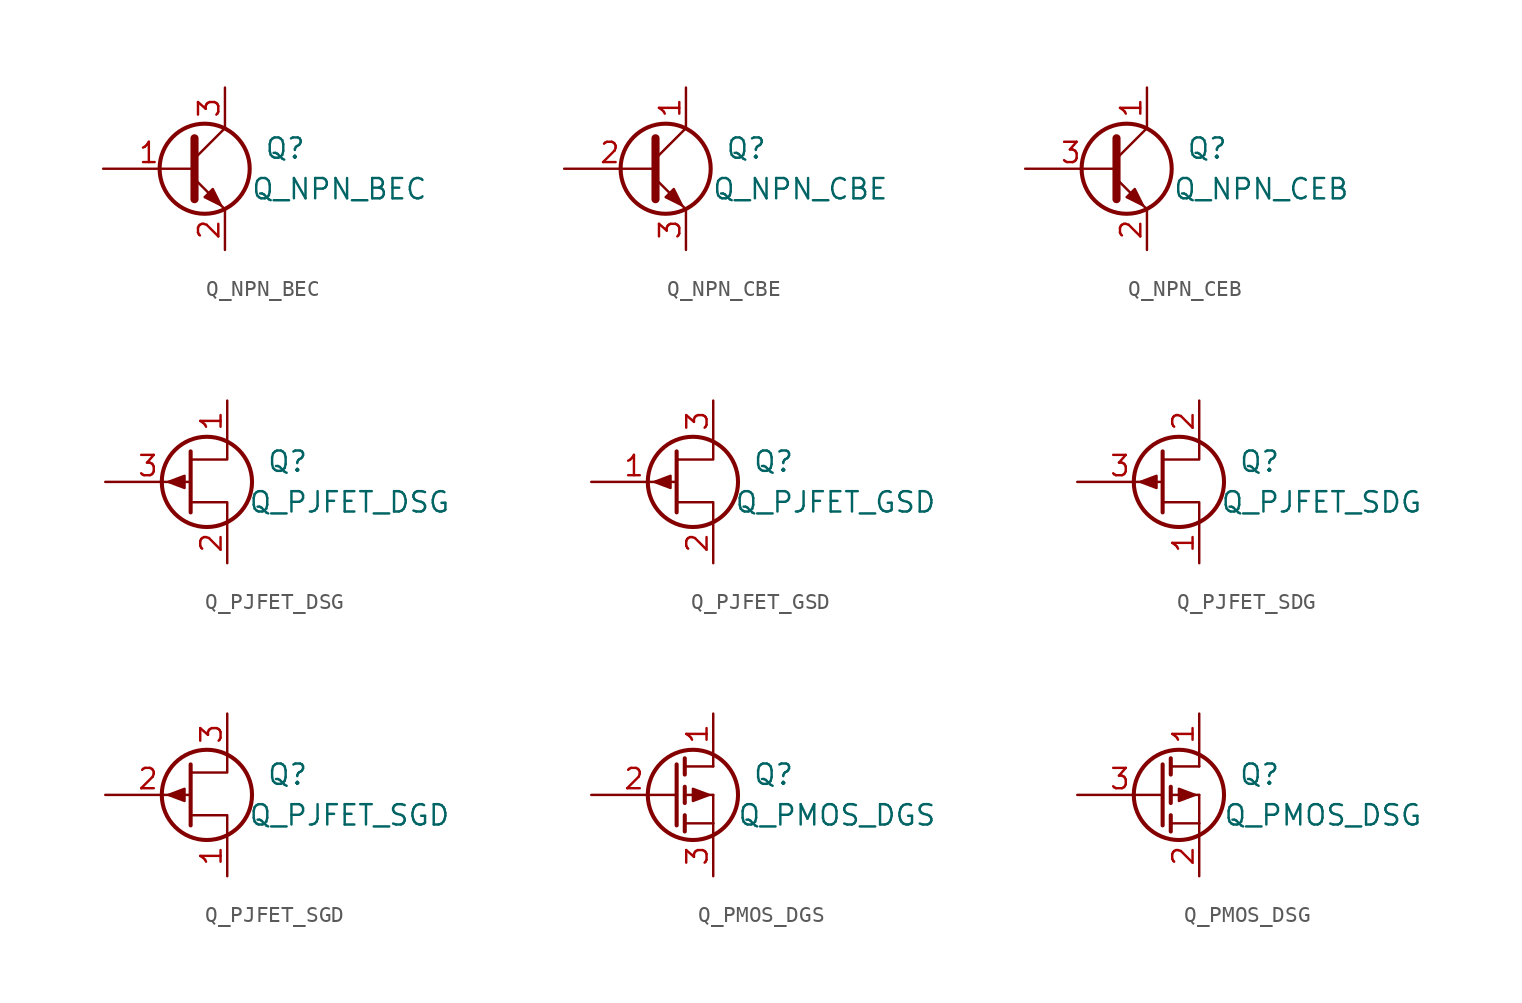
<source format=kicad_sym>
(kicad_symbol_lib
  (version 20211014)
  (generator kicad_symbol_editor)
  (symbol "Q_NPN_BEC"
    (pin_names
      (offset 0) hide)
    (property "Reference" "Q"
      (at 7.62 1.27 0)
      (effects (font (size 1.27 1.27)) (justify right)))
    (property "Value" "Q_NPN_BEC"
      (at 15.24 -1.27 0)
      (effects (font (size 1.27 1.27)) (justify right)))
    (property "Footprint" ""
      (at 5.08 2.54 0)
      (effects (font (size 1.27 1.27))))
    (property "Datasheet" ""
      (at 0 0 0)
      (effects (font (size 1.27 1.27))))
    (symbol "Q_NPN_BEC_0_1"
      (polyline (pts (xy 0.635 0.635) (xy 2.54 2.54)) (stroke (width 0) (type default) (color 0 0 0 0)) (fill (type none)))
      (polyline (pts (xy 0.635 -0.635) (xy 2.54 -2.54) (xy 2.54 -2.54)) (stroke (width 0) (type default) (color 0 0 0 0)) (fill (type none)))
      (polyline (pts (xy 0.635 1.905) (xy 0.635 -1.905) (xy 0.635 -1.905)) (stroke (width 0.508) (type default) (color 0 0 0 0)) (fill (type none)))
      (polyline (pts (xy 1.27 -1.778) (xy 1.778 -1.27) (xy 2.286 -2.286) (xy 1.27 -1.778) (xy 1.27 -1.778)) (stroke (width 0) (type default) (color 0 0 0 0)) (fill (type outline)))
      (circle (center 1.27 0) (radius 2.819) (stroke (width 0.254) (type default) (color 0 0 0 0)) (fill (type none))))
    (symbol "Q_NPN_BEC_1_1"
      (pin input line (at -5.08 0 0) (length 5.715) (name "B" (effects (font (size 1.27 1.27)))) (number "1" (effects (font (size 1.27 1.27)))))
      (pin passive line (at 2.54 -5.08 90) (length 2.54) (name "E" (effects (font (size 1.27 1.27)))) (number "2" (effects (font (size 1.27 1.27)))))
      (pin passive line (at 2.54 5.08 270) (length 2.54) (name "C" (effects (font (size 1.27 1.27)))) (number "3" (effects (font (size 1.27 1.27)))))))
  (symbol "Q_NPN_CBE"
    (pin_names
      (offset 0) hide)
    (property "Reference" "Q"
      (at 7.62 1.27 0)
      (effects (font (size 1.27 1.27)) (justify right)))
    (property "Value" "Q_NPN_CBE"
      (at 15.24 -1.27 0)
      (effects (font (size 1.27 1.27)) (justify right)))
    (property "Footprint" ""
      (at 5.08 2.54 0)
      (effects (font (size 1.27 1.27))))
    (property "Datasheet" ""
      (at 0 0 0)
      (effects (font (size 1.27 1.27))))
    (symbol "Q_NPN_CBE_0_1"
      (polyline (pts (xy 0.635 0.635) (xy 2.54 2.54)) (stroke (width 0) (type default) (color 0 0 0 0)) (fill (type none)))
      (polyline (pts (xy 0.635 -0.635) (xy 2.54 -2.54) (xy 2.54 -2.54)) (stroke (width 0) (type default) (color 0 0 0 0)) (fill (type none)))
      (polyline (pts (xy 0.635 1.905) (xy 0.635 -1.905) (xy 0.635 -1.905)) (stroke (width 0.508) (type default) (color 0 0 0 0)) (fill (type none)))
      (polyline (pts (xy 1.27 -1.778) (xy 1.778 -1.27) (xy 2.286 -2.286) (xy 1.27 -1.778) (xy 1.27 -1.778)) (stroke (width 0) (type default) (color 0 0 0 0)) (fill (type outline)))
      (circle (center 1.27 0) (radius 2.819) (stroke (width 0.254) (type default) (color 0 0 0 0)) (fill (type none))))
    (symbol "Q_NPN_CBE_1_1"
      (pin passive line (at 2.54 5.08 270) (length 2.54) (name "C" (effects (font (size 1.27 1.27)))) (number "1" (effects (font (size 1.27 1.27)))))
      (pin input line (at -5.08 0 0) (length 5.715) (name "B" (effects (font (size 1.27 1.27)))) (number "2" (effects (font (size 1.27 1.27)))))
      (pin passive line (at 2.54 -5.08 90) (length 2.54) (name "E" (effects (font (size 1.27 1.27)))) (number "3" (effects (font (size 1.27 1.27)))))))
  (symbol "Q_NPN_CEB"
    (pin_names
      (offset 0) hide)
    (property "Reference" "Q"
      (at 7.62 1.27 0)
      (effects (font (size 1.27 1.27)) (justify right)))
    (property "Value" "Q_NPN_CEB"
      (at 15.24 -1.27 0)
      (effects (font (size 1.27 1.27)) (justify right)))
    (property "Footprint" ""
      (at 5.08 2.54 0)
      (effects (font (size 1.27 1.27))))
    (property "Datasheet" ""
      (at 0 0 0)
      (effects (font (size 1.27 1.27))))
    (symbol "Q_NPN_CEB_0_1"
      (polyline (pts (xy 0.635 0.635) (xy 2.54 2.54)) (stroke (width 0) (type default) (color 0 0 0 0)) (fill (type none)))
      (polyline (pts (xy 0.635 -0.635) (xy 2.54 -2.54) (xy 2.54 -2.54)) (stroke (width 0) (type default) (color 0 0 0 0)) (fill (type none)))
      (polyline (pts (xy 0.635 1.905) (xy 0.635 -1.905) (xy 0.635 -1.905)) (stroke (width 0.508) (type default) (color 0 0 0 0)) (fill (type none)))
      (polyline (pts (xy 1.27 -1.778) (xy 1.778 -1.27) (xy 2.286 -2.286) (xy 1.27 -1.778) (xy 1.27 -1.778)) (stroke (width 0) (type default) (color 0 0 0 0)) (fill (type outline)))
      (circle (center 1.27 0) (radius 2.819) (stroke (width 0.254) (type default) (color 0 0 0 0)) (fill (type none))))
    (symbol "Q_NPN_CEB_1_1"
      (pin passive line (at 2.54 5.08 270) (length 2.54) (name "C" (effects (font (size 1.27 1.27)))) (number "1" (effects (font (size 1.27 1.27)))))
      (pin passive line (at 2.54 -5.08 90) (length 2.54) (name "E" (effects (font (size 1.27 1.27)))) (number "2" (effects (font (size 1.27 1.27)))))
      (pin input line (at -5.08 0 0) (length 5.715) (name "B" (effects (font (size 1.27 1.27)))) (number "3" (effects (font (size 1.27 1.27)))))))
  (symbol "Q_PJFET_DSG"
    (pin_names
      (offset 0) hide)
    (property "Reference" "Q"
      (at 7.62 1.27 0)
      (effects (font (size 1.27 1.27)) (justify right)))
    (property "Value" "Q_PJFET_DSG"
      (at 16.51 -1.27 0)
      (effects (font (size 1.27 1.27)) (justify right)))
    (property "Footprint" ""
      (at 5.08 2.54 0)
      (effects (font (size 1.27 1.27))))
    (property "Datasheet" ""
      (at 0 0 0)
      (effects (font (size 1.27 1.27))))
    (symbol "Q_PJFET_DSG_0_1"
      (polyline (pts (xy 0.254 1.905) (xy 0.254 -1.905) (xy 0.254 -1.905)) (stroke (width 0.254) (type default) (color 0 0 0 0)) (fill (type none)))
      (polyline (pts (xy 2.54 -2.54) (xy 2.54 -1.27) (xy 0.254 -1.27)) (stroke (width 0) (type default) (color 0 0 0 0)) (fill (type none)))
      (polyline (pts (xy 2.54 2.54) (xy 2.54 1.397) (xy 0.254 1.397)) (stroke (width 0) (type default) (color 0 0 0 0)) (fill (type none)))
      (polyline (pts (xy -1.143 0) (xy -0.127 0.381) (xy -0.127 -0.381) (xy -1.143 0)) (stroke (width 0) (type default) (color 0 0 0 0)) (fill (type outline)))
      (circle (center 1.27 0) (radius 2.819) (stroke (width 0.254) (type default) (color 0 0 0 0)) (fill (type none))))
    (symbol "Q_PJFET_DSG_1_1"
      (pin passive line (at 2.54 5.08 270) (length 2.54) (name "D" (effects (font (size 1.27 1.27)))) (number "1" (effects (font (size 1.27 1.27)))))
      (pin passive line (at 2.54 -5.08 90) (length 2.54) (name "S" (effects (font (size 1.27 1.27)))) (number "2" (effects (font (size 1.27 1.27)))))
      (pin input line (at -5.08 0 0) (length 5.334) (name "G" (effects (font (size 1.27 1.27)))) (number "3" (effects (font (size 1.27 1.27)))))))
  (symbol "Q_PJFET_GSD"
    (pin_names
      (offset 0) hide)
    (property "Reference" "Q"
      (at 7.62 1.27 0)
      (effects (font (size 1.27 1.27)) (justify right)))
    (property "Value" "Q_PJFET_GSD"
      (at 16.51 -1.27 0)
      (effects (font (size 1.27 1.27)) (justify right)))
    (property "Footprint" ""
      (at 5.08 2.54 0)
      (effects (font (size 1.27 1.27))))
    (property "Datasheet" ""
      (at 0 0 0)
      (effects (font (size 1.27 1.27))))
    (symbol "Q_PJFET_GSD_0_1"
      (polyline (pts (xy 0.254 1.905) (xy 0.254 -1.905) (xy 0.254 -1.905)) (stroke (width 0.254) (type default) (color 0 0 0 0)) (fill (type none)))
      (polyline (pts (xy 2.54 -2.54) (xy 2.54 -1.27) (xy 0.254 -1.27)) (stroke (width 0) (type default) (color 0 0 0 0)) (fill (type none)))
      (polyline (pts (xy 2.54 2.54) (xy 2.54 1.397) (xy 0.254 1.397)) (stroke (width 0) (type default) (color 0 0 0 0)) (fill (type none)))
      (polyline (pts (xy -1.143 0) (xy -0.127 0.381) (xy -0.127 -0.381) (xy -1.143 0)) (stroke (width 0) (type default) (color 0 0 0 0)) (fill (type outline)))
      (circle (center 1.27 0) (radius 2.819) (stroke (width 0.254) (type default) (color 0 0 0 0)) (fill (type none))))
    (symbol "Q_PJFET_GSD_1_1"
      (pin input line (at -5.08 0 0) (length 5.334) (name "G" (effects (font (size 1.27 1.27)))) (number "1" (effects (font (size 1.27 1.27)))))
      (pin passive line (at 2.54 -5.08 90) (length 2.54) (name "S" (effects (font (size 1.27 1.27)))) (number "2" (effects (font (size 1.27 1.27)))))
      (pin passive line (at 2.54 5.08 270) (length 2.54) (name "D" (effects (font (size 1.27 1.27)))) (number "3" (effects (font (size 1.27 1.27)))))))
  (symbol "Q_PJFET_SDG"
    (pin_names
      (offset 0) hide)
    (property "Reference" "Q"
      (at 7.62 1.27 0)
      (effects (font (size 1.27 1.27)) (justify right)))
    (property "Value" "Q_PJFET_SDG"
      (at 16.51 -1.27 0)
      (effects (font (size 1.27 1.27)) (justify right)))
    (property "Footprint" ""
      (at 5.08 2.54 0)
      (effects (font (size 1.27 1.27))))
    (property "Datasheet" ""
      (at 0 0 0)
      (effects (font (size 1.27 1.27))))
    (symbol "Q_PJFET_SDG_0_1"
      (polyline (pts (xy 0.254 1.905) (xy 0.254 -1.905) (xy 0.254 -1.905)) (stroke (width 0.254) (type default) (color 0 0 0 0)) (fill (type none)))
      (polyline (pts (xy 2.54 -2.54) (xy 2.54 -1.27) (xy 0.254 -1.27)) (stroke (width 0) (type default) (color 0 0 0 0)) (fill (type none)))
      (polyline (pts (xy 2.54 2.54) (xy 2.54 1.397) (xy 0.254 1.397)) (stroke (width 0) (type default) (color 0 0 0 0)) (fill (type none)))
      (polyline (pts (xy -1.143 0) (xy -0.127 0.381) (xy -0.127 -0.381) (xy -1.143 0)) (stroke (width 0) (type default) (color 0 0 0 0)) (fill (type outline)))
      (circle (center 1.27 0) (radius 2.819) (stroke (width 0.254) (type default) (color 0 0 0 0)) (fill (type none))))
    (symbol "Q_PJFET_SDG_1_1"
      (pin passive line (at 2.54 -5.08 90) (length 2.54) (name "S" (effects (font (size 1.27 1.27)))) (number "1" (effects (font (size 1.27 1.27)))))
      (pin passive line (at 2.54 5.08 270) (length 2.54) (name "D" (effects (font (size 1.27 1.27)))) (number "2" (effects (font (size 1.27 1.27)))))
      (pin input line (at -5.08 0 0) (length 5.334) (name "G" (effects (font (size 1.27 1.27)))) (number "3" (effects (font (size 1.27 1.27)))))))
  (symbol "Q_PJFET_SGD"
    (pin_names
      (offset 0) hide)
    (property "Reference" "Q"
      (at 7.62 1.27 0)
      (effects (font (size 1.27 1.27)) (justify right)))
    (property "Value" "Q_PJFET_SGD"
      (at 16.51 -1.27 0)
      (effects (font (size 1.27 1.27)) (justify right)))
    (property "Footprint" ""
      (at 5.08 2.54 0)
      (effects (font (size 1.27 1.27))))
    (property "Datasheet" ""
      (at 0 0 0)
      (effects (font (size 1.27 1.27))))
    (symbol "Q_PJFET_SGD_0_1"
      (polyline (pts (xy 0.254 1.905) (xy 0.254 -1.905) (xy 0.254 -1.905)) (stroke (width 0.254) (type default) (color 0 0 0 0)) (fill (type none)))
      (polyline (pts (xy 2.54 -2.54) (xy 2.54 -1.27) (xy 0.254 -1.27)) (stroke (width 0) (type default) (color 0 0 0 0)) (fill (type none)))
      (polyline (pts (xy 2.54 2.54) (xy 2.54 1.397) (xy 0.254 1.397)) (stroke (width 0) (type default) (color 0 0 0 0)) (fill (type none)))
      (polyline (pts (xy -1.143 0) (xy -0.127 0.381) (xy -0.127 -0.381) (xy -1.143 0)) (stroke (width 0) (type default) (color 0 0 0 0)) (fill (type outline)))
      (circle (center 1.27 0) (radius 2.819) (stroke (width 0.254) (type default) (color 0 0 0 0)) (fill (type none))))
    (symbol "Q_PJFET_SGD_1_1"
      (pin passive line (at 2.54 -5.08 90) (length 2.54) (name "S" (effects (font (size 1.27 1.27)))) (number "1" (effects (font (size 1.27 1.27)))))
      (pin input line (at -5.08 0 0) (length 5.334) (name "G" (effects (font (size 1.27 1.27)))) (number "2" (effects (font (size 1.27 1.27)))))
      (pin passive line (at 2.54 5.08 270) (length 2.54) (name "D" (effects (font (size 1.27 1.27)))) (number "3" (effects (font (size 1.27 1.27)))))))
  (symbol "Q_PMOS_DGS"
    (pin_names
      (offset 0) hide)
    (property "Reference" "Q"
      (at 7.62 1.27 0)
      (effects (font (size 1.27 1.27)) (justify right)))
    (property "Value" "Q_PMOS_DGS"
      (at 16.51 -1.27 0)
      (effects (font (size 1.27 1.27)) (justify right)))
    (property "Footprint" ""
      (at 5.08 2.54 0)
      (effects (font (size 1.27 1.27))))
    (property "Datasheet" ""
      (at 0 0 0)
      (effects (font (size 1.27 1.27))))
    (symbol "Q_PMOS_DGS_0_1"
      (polyline (pts (xy 0.762 -1.778) (xy 2.54 -1.778)) (stroke (width 0) (type default) (color 0 0 0 0)) (fill (type none)))
      (polyline (pts (xy 0.762 -1.27) (xy 0.762 -2.286)) (stroke (width 0.254) (type default) (color 0 0 0 0)) (fill (type none)))
      (polyline (pts (xy 0.762 0) (xy 2.54 0)) (stroke (width 0) (type default) (color 0 0 0 0)) (fill (type none)))
      (polyline (pts (xy 0.762 0.508) (xy 0.762 -0.508)) (stroke (width 0.254) (type default) (color 0 0 0 0)) (fill (type none)))
      (polyline (pts (xy 0.762 1.778) (xy 2.54 1.778)) (stroke (width 0) (type default) (color 0 0 0 0)) (fill (type none)))
      (polyline (pts (xy 0.762 2.286) (xy 0.762 1.27)) (stroke (width 0.254) (type default) (color 0 0 0 0)) (fill (type none)))
      (polyline (pts (xy 2.54 -1.778) (xy 2.54 -2.54)) (stroke (width 0) (type default) (color 0 0 0 0)) (fill (type none)))
      (polyline (pts (xy 2.54 -1.778) (xy 2.54 0)) (stroke (width 0) (type default) (color 0 0 0 0)) (fill (type none)))
      (polyline (pts (xy 2.54 2.54) (xy 2.54 1.778)) (stroke (width 0) (type default) (color 0 0 0 0)) (fill (type none)))
      (polyline (pts (xy 0.254 1.905) (xy 0.254 -1.905) (xy 0.254 -1.905)) (stroke (width 0.254) (type default) (color 0 0 0 0)) (fill (type none)))
      (polyline (pts (xy 2.286 0) (xy 1.27 -0.381) (xy 1.27 0.381) (xy 2.286 0)) (stroke (width 0) (type default) (color 0 0 0 0)) (fill (type outline)))
      (circle (center 1.27 0) (radius 2.819) (stroke (width 0.254) (type default) (color 0 0 0 0)) (fill (type none))))
    (symbol "Q_PMOS_DGS_1_1"
      (pin passive line (at 2.54 5.08 270) (length 2.54) (name "D" (effects (font (size 1.27 1.27)))) (number "1" (effects (font (size 1.27 1.27)))))
      (pin input line (at -5.08 0 0) (length 5.334) (name "G" (effects (font (size 1.27 1.27)))) (number "2" (effects (font (size 1.27 1.27)))))
      (pin passive line (at 2.54 -5.08 90) (length 2.54) (name "S" (effects (font (size 1.27 1.27)))) (number "3" (effects (font (size 1.27 1.27)))))))
  (symbol "Q_PMOS_DSG"
    (pin_names
      (offset 0) hide)
    (property "Reference" "Q"
      (at 7.62 1.27 0)
      (effects (font (size 1.27 1.27)) (justify right)))
    (property "Value" "Q_PMOS_DSG"
      (at 16.51 -1.27 0)
      (effects (font (size 1.27 1.27)) (justify right)))
    (property "Footprint" ""
      (at 5.08 2.54 0)
      (effects (font (size 1.27 1.27))))
    (property "Datasheet" ""
      (at 0 0 0)
      (effects (font (size 1.27 1.27))))
    (symbol "Q_PMOS_DSG_0_1"
      (polyline (pts (xy 0.762 -1.778) (xy 2.54 -1.778)) (stroke (width 0) (type default) (color 0 0 0 0)) (fill (type none)))
      (polyline (pts (xy 0.762 -1.27) (xy 0.762 -2.286)) (stroke (width 0.254) (type default) (color 0 0 0 0)) (fill (type none)))
      (polyline (pts (xy 0.762 0) (xy 2.54 0)) (stroke (width 0) (type default) (color 0 0 0 0)) (fill (type none)))
      (polyline (pts (xy 0.762 0.508) (xy 0.762 -0.508)) (stroke (width 0.254) (type default) (color 0 0 0 0)) (fill (type none)))
      (polyline (pts (xy 0.762 1.778) (xy 2.54 1.778)) (stroke (width 0) (type default) (color 0 0 0 0)) (fill (type none)))
      (polyline (pts (xy 0.762 2.286) (xy 0.762 1.27)) (stroke (width 0.254) (type default) (color 0 0 0 0)) (fill (type none)))
      (polyline (pts (xy 2.54 -1.778) (xy 2.54 -2.54)) (stroke (width 0) (type default) (color 0 0 0 0)) (fill (type none)))
      (polyline (pts (xy 2.54 -1.778) (xy 2.54 0)) (stroke (width 0) (type default) (color 0 0 0 0)) (fill (type none)))
      (polyline (pts (xy 2.54 2.54) (xy 2.54 1.778)) (stroke (width 0) (type default) (color 0 0 0 0)) (fill (type none)))
      (polyline (pts (xy 0.254 1.905) (xy 0.254 -1.905) (xy 0.254 -1.905)) (stroke (width 0.254) (type default) (color 0 0 0 0)) (fill (type none)))
      (polyline (pts (xy 2.286 0) (xy 1.27 -0.381) (xy 1.27 0.381) (xy 2.286 0)) (stroke (width 0) (type default) (color 0 0 0 0)) (fill (type outline)))
      (circle (center 1.27 0) (radius 2.819) (stroke (width 0.254) (type default) (color 0 0 0 0)) (fill (type none))))
    (symbol "Q_PMOS_DSG_1_1"
      (pin passive line (at 2.54 5.08 270) (length 2.54) (name "D" (effects (font (size 1.27 1.27)))) (number "1" (effects (font (size 1.27 1.27)))))
      (pin passive line (at 2.54 -5.08 90) (length 2.54) (name "S" (effects (font (size 1.27 1.27)))) (number "2" (effects (font (size 1.27 1.27)))))
      (pin input line (at -5.08 0 0) (length 5.334) (name "G" (effects (font (size 1.27 1.27)))) (number "3" (effects (font (size 1.27 1.27))))))))
</source>
